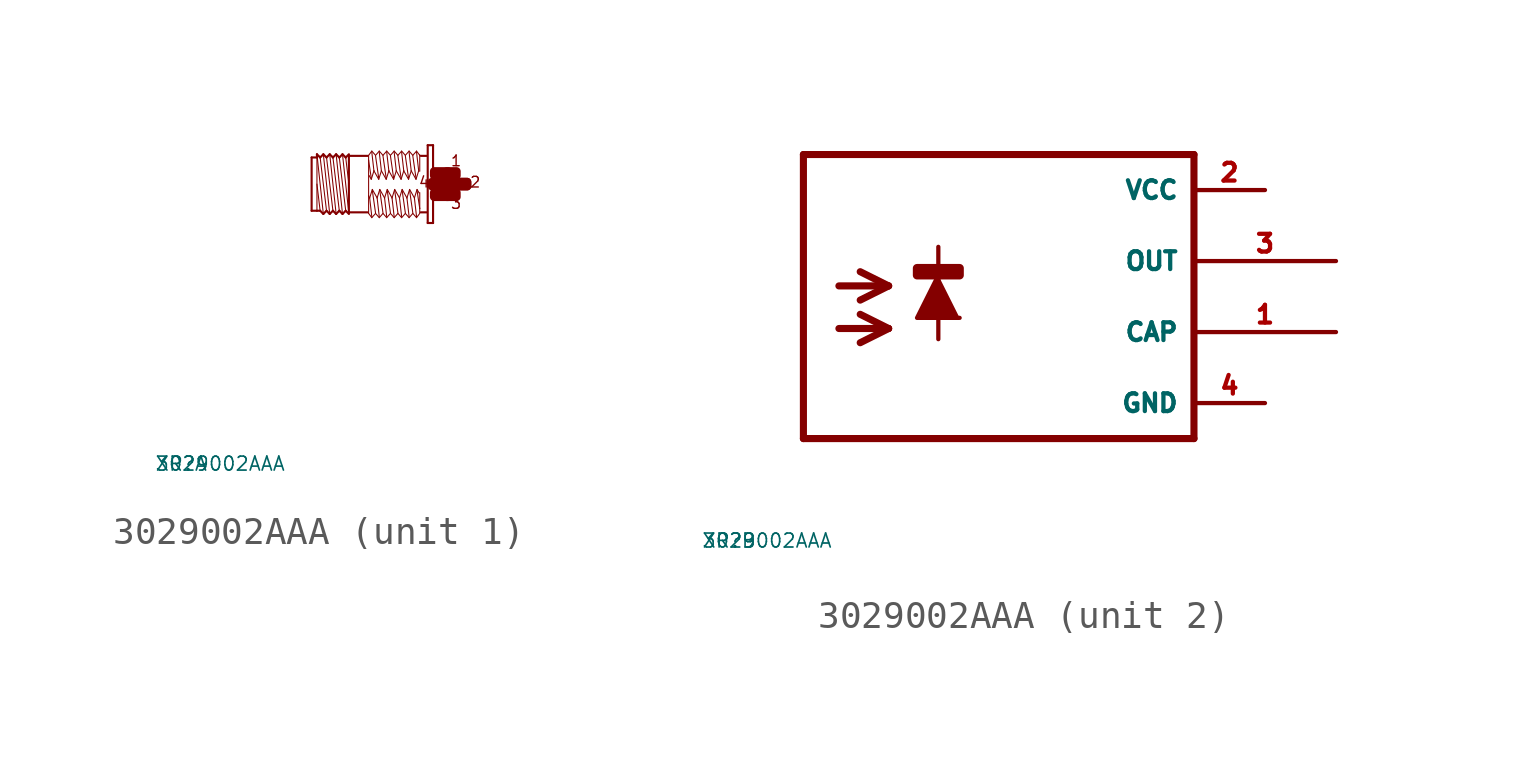
<source format=kicad_sym>
(kicad_symbol_lib
  (version 20220914)
  (generator Eagle2Kicad)
  (symbol "3029002AAA"
    (property "Reference" "XR"
      (at -10 -10 0)
      (effects (font (size 0.5 0.5) (thickness 0.06)) (justify left)))
    (property "Value" "3029002AAA"
      (at -10 -10 0)
      (effects (font (size 0.5 0.5) (thickness 0.06)) (justify left)))
    (symbol "3029002AAA_1_0"
      (polyline (pts (xy -3.048 -1.067) (xy -3.277 1.067)) (stroke (width 0.038) (type default)) (fill (type none)))
      (polyline (pts (xy -3.162 0.953) (xy -3.048 0)) (stroke (width 0.038) (type default)) (fill (type none)))
      (polyline (pts (xy -3.162 -0.953) (xy -3.391 0.953)) (stroke (width 0.038) (type default)) (fill (type none)))
      (polyline (pts (xy -3.277 -1.067) (xy -3.505 1.067)) (stroke (width 0.038) (type default)) (fill (type none)))
      (polyline (pts (xy -3.391 -0.953) (xy -3.619 0.953)) (stroke (width 0.038) (type default)) (fill (type none)))
      (polyline (pts (xy -3.505 -1.067) (xy -3.734 1.067)) (stroke (width 0.038) (type default)) (fill (type none)))
      (polyline (pts (xy -3.619 -0.953) (xy -3.848 0.953)) (stroke (width 0.038) (type default)) (fill (type none)))
      (polyline (pts (xy -3.734 -1.067) (xy -3.962 1.067)) (stroke (width 0.038) (type default)) (fill (type none)))
      (polyline (pts (xy -3.848 -0.953) (xy -4.077 0.953)) (stroke (width 0.038) (type default)) (fill (type none)))
      (polyline (pts (xy -3.962 -1.067) (xy -4.191 1.067)) (stroke (width 0.038) (type default)) (fill (type none)))
      (polyline (pts (xy -4.191 0) (xy -4.077 -0.953)) (stroke (width 0.038) (type default)) (fill (type none)))
      (polyline (pts (xy -4.191 1.029) (xy -4.191 0.953)) (stroke (width 0.038) (type default)) (fill (type none)))
      (polyline (pts (xy -4.191 0.953) (xy -4.191 -0.953)) (stroke (width 0.038) (type default)) (fill (type none)))
      (polyline (pts (xy -4.381 -0.953) (xy -4.381 0.953)) (stroke (width 0.076) (type default)) (fill (type none)))
      (polyline (pts (xy -4.381 0.953) (xy -4.191 0.953)) (stroke (width 0.076) (type default)) (fill (type none)))
      (polyline (pts (xy -4.191 0.953) (xy -4.191 1.067)) (stroke (width 0.076) (type default)) (fill (type none)))
      (polyline (pts (xy -4.191 1.067) (xy -4.077 0.953)) (stroke (width 0.076) (type default)) (fill (type none)))
      (polyline (pts (xy -4.077 0.953) (xy -3.962 1.067)) (stroke (width 0.076) (type default)) (fill (type none)))
      (polyline (pts (xy -3.962 1.067) (xy -3.848 0.953)) (stroke (width 0.076) (type default)) (fill (type none)))
      (polyline (pts (xy -3.848 0.953) (xy -3.734 1.067)) (stroke (width 0.076) (type default)) (fill (type none)))
      (polyline (pts (xy -3.734 1.067) (xy -3.619 0.953)) (stroke (width 0.076) (type default)) (fill (type none)))
      (polyline (pts (xy -3.619 0.953) (xy -3.505 1.067)) (stroke (width 0.076) (type default)) (fill (type none)))
      (polyline (pts (xy -3.277 1.067) (xy -3.162 0.953)) (stroke (width 0.076) (type default)) (fill (type none)))
      (polyline (pts (xy -3.162 0.953) (xy -3.048 1.067)) (stroke (width 0.076) (type default)) (fill (type none)))
      (polyline (pts (xy -3.048 -1.067) (xy -3.162 -0.953)) (stroke (width 0.076) (type default)) (fill (type none)))
      (polyline (pts (xy -3.162 -0.953) (xy -3.277 -1.067)) (stroke (width 0.076) (type default)) (fill (type none)))
      (polyline (pts (xy -3.277 -1.067) (xy -3.391 -0.953)) (stroke (width 0.076) (type default)) (fill (type none)))
      (polyline (pts (xy -3.391 -0.953) (xy -3.505 -1.067)) (stroke (width 0.076) (type default)) (fill (type none)))
      (polyline (pts (xy -3.505 -1.067) (xy -3.619 -0.953)) (stroke (width 0.076) (type default)) (fill (type none)))
      (polyline (pts (xy -3.619 -0.953) (xy -3.734 -1.067)) (stroke (width 0.076) (type default)) (fill (type none)))
      (polyline (pts (xy -3.734 -1.067) (xy -3.848 -0.953)) (stroke (width 0.076) (type default)) (fill (type none)))
      (polyline (pts (xy -3.848 -0.953) (xy -3.962 -1.067)) (stroke (width 0.076) (type default)) (fill (type none)))
      (polyline (pts (xy -3.962 -1.067) (xy -4.077 -0.953)) (stroke (width 0.076) (type default)) (fill (type none)))
      (polyline (pts (xy -4.077 -0.953) (xy -4.191 -0.953)) (stroke (width 0.076) (type default)) (fill (type none)))
      (polyline (pts (xy -4.191 -0.953) (xy -4.381 -0.953)) (stroke (width 0.076) (type default)) (fill (type none)))
      (polyline (pts (xy -3.048 1.029) (xy -3.048 1.01)) (stroke (width 0.076) (type default)) (fill (type none)))
      (polyline (pts (xy -3.048 1.01) (xy -3.048 -1.01)) (stroke (width 0.076) (type default)) (fill (type none)))
      (polyline (pts (xy -3.048 -1.01) (xy -3.048 -1.029)) (stroke (width 0.076) (type default)) (fill (type none)))
      (polyline (pts (xy -0.038 1.391) (xy -0.038 -1.391)) (stroke (width 0.076) (type default)) (fill (type none)))
      (polyline (pts (xy -0.038 -1.391) (xy -0.229 -1.391)) (stroke (width 0.076) (type default)) (fill (type none)))
      (polyline (pts (xy -0.229 -1.391) (xy -0.229 1.391)) (stroke (width 0.076) (type default)) (fill (type none)))
      (polyline (pts (xy -0.229 1.391) (xy -0.038 1.391)) (stroke (width 0.076) (type default)) (fill (type none)))
      (polyline (pts (xy -0.267 1.01) (xy -0.476 1.01)) (stroke (width 0.076) (type default)) (fill (type none)))
      (polyline (pts (xy -0.267 -1.01) (xy -0.476 -1.01)) (stroke (width 0.076) (type default)) (fill (type none)))
      (polyline (pts (xy -2.381 -1.01) (xy -3.048 -1.01)) (stroke (width 0.076) (type default)) (fill (type none)))
      (polyline (pts (xy -3.048 1.01) (xy -2.381 1.01)) (stroke (width 0.076) (type default)) (fill (type none)))
      (polyline (pts (xy -0.514 -1.048) (xy -0.629 -1.2)) (stroke (width 0.038) (type default)) (fill (type none)))
      (polyline (pts (xy -0.629 -1.2) (xy -0.762 -1.048)) (stroke (width 0.038) (type default)) (fill (type none)))
      (polyline (pts (xy -0.762 -1.048) (xy -0.895 -1.2)) (stroke (width 0.038) (type default)) (fill (type none)))
      (polyline (pts (xy -0.895 -1.2) (xy -1.029 -1.048)) (stroke (width 0.038) (type default)) (fill (type none)))
      (polyline (pts (xy -1.029 -1.048) (xy -1.162 -1.2)) (stroke (width 0.038) (type default)) (fill (type none)))
      (polyline (pts (xy -1.162 -1.2) (xy -1.295 -1.048)) (stroke (width 0.038) (type default)) (fill (type none)))
      (polyline (pts (xy -1.295 -1.048) (xy -1.429 -1.2)) (stroke (width 0.038) (type default)) (fill (type none)))
      (polyline (pts (xy -1.429 -1.2) (xy -1.562 -1.048)) (stroke (width 0.038) (type default)) (fill (type none)))
      (polyline (pts (xy -1.562 -1.048) (xy -1.696 -1.2)) (stroke (width 0.038) (type default)) (fill (type none)))
      (polyline (pts (xy -1.696 -1.2) (xy -1.829 -1.048)) (stroke (width 0.038) (type default)) (fill (type none)))
      (polyline (pts (xy -1.829 -1.048) (xy -1.962 -1.2)) (stroke (width 0.038) (type default)) (fill (type none)))
      (polyline (pts (xy -1.962 -1.2) (xy -2.095 -1.048)) (stroke (width 0.038) (type default)) (fill (type none)))
      (polyline (pts (xy -2.095 -1.048) (xy -2.229 -1.2)) (stroke (width 0.038) (type default)) (fill (type none)))
      (polyline (pts (xy -2.229 -1.2) (xy -2.343 -1.048)) (stroke (width 0.038) (type default)) (fill (type none)))
      (polyline (pts (xy -2.343 -1.048) (xy -2.343 -0.419)) (stroke (width 0.038) (type default)) (fill (type none)))
      (polyline (pts (xy -2.343 -0.419) (xy -2.343 0.857)) (stroke (width 0.038) (type default)) (fill (type none)))
      (polyline (pts (xy -2.343 0.857) (xy -2.343 1.029)) (stroke (width 0.038) (type default)) (fill (type none)))
      (polyline (pts (xy -0.514 1.048) (xy -0.514 1.029)) (stroke (width 0.038) (type default)) (fill (type none)))
      (polyline (pts (xy -0.514 1.029) (xy -0.514 0.457)) (stroke (width 0.038) (type default)) (fill (type none)))
      (polyline (pts (xy -0.514 -0.305) (xy -0.514 -0.876)) (stroke (width 0.038) (type default)) (fill (type none)))
      (polyline (pts (xy -0.514 -0.876) (xy -0.514 -1.029)) (stroke (width 0.038) (type default)) (fill (type none)))
      (polyline (pts (xy -0.533 -0.324) (xy -0.61 -0.191)) (stroke (width 0.038) (type default)) (fill (type none)))
      (polyline (pts (xy -0.61 -0.191) (xy -0.705 -0.495)) (stroke (width 0.038) (type default)) (fill (type none)))
      (polyline (pts (xy -0.705 -0.495) (xy -0.876 -0.191)) (stroke (width 0.038) (type default)) (fill (type none)))
      (polyline (pts (xy -0.876 -0.191) (xy -0.972 -0.495)) (stroke (width 0.038) (type default)) (fill (type none)))
      (polyline (pts (xy -0.972 -0.495) (xy -1.143 -0.191)) (stroke (width 0.038) (type default)) (fill (type none)))
      (polyline (pts (xy -1.143 -0.191) (xy -1.238 -0.495)) (stroke (width 0.038) (type default)) (fill (type none)))
      (polyline (pts (xy -1.238 -0.495) (xy -1.41 -0.191)) (stroke (width 0.038) (type default)) (fill (type none)))
      (polyline (pts (xy -1.41 -0.191) (xy -1.505 -0.495)) (stroke (width 0.038) (type default)) (fill (type none)))
      (polyline (pts (xy -1.505 -0.495) (xy -1.676 -0.191)) (stroke (width 0.038) (type default)) (fill (type none)))
      (polyline (pts (xy -1.676 -0.191) (xy -1.772 -0.495)) (stroke (width 0.038) (type default)) (fill (type none)))
      (polyline (pts (xy -1.772 -0.495) (xy -1.943 -0.191)) (stroke (width 0.038) (type default)) (fill (type none)))
      (polyline (pts (xy -1.943 -0.191) (xy -2.038 -0.495)) (stroke (width 0.038) (type default)) (fill (type none)))
      (polyline (pts (xy -2.038 -0.495) (xy -2.21 -0.191)) (stroke (width 0.038) (type default)) (fill (type none)))
      (polyline (pts (xy -2.21 -0.191) (xy -2.305 -0.495)) (stroke (width 0.038) (type default)) (fill (type none)))
      (polyline (pts (xy -2.305 -0.495) (xy -2.343 -0.419)) (stroke (width 0.038) (type default)) (fill (type none)))
      (polyline (pts (xy -2.229 -1.162) (xy -2.305 -0.495)) (stroke (width 0.038) (type default)) (fill (type none)))
      (polyline (pts (xy -2.095 -1.029) (xy -2.21 -0.229)) (stroke (width 0.038) (type default)) (fill (type none)))
      (polyline (pts (xy -1.962 -1.162) (xy -2.038 -0.495)) (stroke (width 0.038) (type default)) (fill (type none)))
      (polyline (pts (xy -1.829 -1.029) (xy -1.943 -0.229)) (stroke (width 0.038) (type default)) (fill (type none)))
      (polyline (pts (xy -1.562 -1.029) (xy -1.676 -0.229)) (stroke (width 0.038) (type default)) (fill (type none)))
      (polyline (pts (xy -1.429 -1.162) (xy -1.505 -0.495)) (stroke (width 0.038) (type default)) (fill (type none)))
      (polyline (pts (xy -1.295 -1.029) (xy -1.41 -0.229)) (stroke (width 0.038) (type default)) (fill (type none)))
      (polyline (pts (xy -1.162 -1.162) (xy -1.238 -0.495)) (stroke (width 0.038) (type default)) (fill (type none)))
      (polyline (pts (xy -1.029 -1.029) (xy -1.143 -0.229)) (stroke (width 0.038) (type default)) (fill (type none)))
      (polyline (pts (xy -0.895 -1.162) (xy -0.972 -0.495)) (stroke (width 0.038) (type default)) (fill (type none)))
      (polyline (pts (xy -0.762 -1.029) (xy -0.876 -0.229)) (stroke (width 0.038) (type default)) (fill (type none)))
      (polyline (pts (xy -0.629 -1.162) (xy -0.705 -0.495)) (stroke (width 0.038) (type default)) (fill (type none)))
      (polyline (pts (xy -0.514 -0.876) (xy -0.61 -0.229)) (stroke (width 0.038) (type default)) (fill (type none)))
      (polyline (pts (xy -2.343 1.029) (xy -2.229 1.181)) (stroke (width 0.038) (type default)) (fill (type none)))
      (polyline (pts (xy -2.229 1.181) (xy -2.095 1.029)) (stroke (width 0.038) (type default)) (fill (type none)))
      (polyline (pts (xy -2.095 1.029) (xy -1.962 1.181)) (stroke (width 0.038) (type default)) (fill (type none)))
      (polyline (pts (xy -1.962 1.181) (xy -1.829 1.029)) (stroke (width 0.038) (type default)) (fill (type none)))
      (polyline (pts (xy -1.829 1.029) (xy -1.696 1.181)) (stroke (width 0.038) (type default)) (fill (type none)))
      (polyline (pts (xy -1.696 1.181) (xy -1.562 1.029)) (stroke (width 0.038) (type default)) (fill (type none)))
      (polyline (pts (xy -1.562 1.029) (xy -1.429 1.181)) (stroke (width 0.038) (type default)) (fill (type none)))
      (polyline (pts (xy -1.429 1.181) (xy -1.295 1.029)) (stroke (width 0.038) (type default)) (fill (type none)))
      (polyline (pts (xy -1.295 1.029) (xy -1.162 1.181)) (stroke (width 0.038) (type default)) (fill (type none)))
      (polyline (pts (xy -1.162 1.181) (xy -1.029 1.029)) (stroke (width 0.038) (type default)) (fill (type none)))
      (polyline (pts (xy -1.029 1.029) (xy -0.895 1.181)) (stroke (width 0.038) (type default)) (fill (type none)))
      (polyline (pts (xy -0.895 1.181) (xy -0.762 1.029)) (stroke (width 0.038) (type default)) (fill (type none)))
      (polyline (pts (xy -0.762 1.029) (xy -0.629 1.181)) (stroke (width 0.038) (type default)) (fill (type none)))
      (polyline (pts (xy -0.629 1.181) (xy -0.514 1.029)) (stroke (width 0.038) (type default)) (fill (type none)))
      (polyline (pts (xy -2.324 0.305) (xy -2.248 0.172)) (stroke (width 0.038) (type default)) (fill (type none)))
      (polyline (pts (xy -2.248 0.172) (xy -2.153 0.476)) (stroke (width 0.038) (type default)) (fill (type none)))
      (polyline (pts (xy -2.153 0.476) (xy -1.981 0.172)) (stroke (width 0.038) (type default)) (fill (type none)))
      (polyline (pts (xy -1.981 0.172) (xy -1.886 0.476)) (stroke (width 0.038) (type default)) (fill (type none)))
      (polyline (pts (xy -1.886 0.476) (xy -1.714 0.172)) (stroke (width 0.038) (type default)) (fill (type none)))
      (polyline (pts (xy -1.714 0.172) (xy -1.619 0.476)) (stroke (width 0.038) (type default)) (fill (type none)))
      (polyline (pts (xy -1.619 0.476) (xy -1.448 0.172)) (stroke (width 0.038) (type default)) (fill (type none)))
      (polyline (pts (xy -1.448 0.172) (xy -1.353 0.476)) (stroke (width 0.038) (type default)) (fill (type none)))
      (polyline (pts (xy -1.353 0.476) (xy -1.181 0.172)) (stroke (width 0.038) (type default)) (fill (type none)))
      (polyline (pts (xy -1.181 0.172) (xy -1.086 0.476)) (stroke (width 0.038) (type default)) (fill (type none)))
      (polyline (pts (xy -1.086 0.476) (xy -0.914 0.172)) (stroke (width 0.038) (type default)) (fill (type none)))
      (polyline (pts (xy -0.914 0.172) (xy -0.819 0.476)) (stroke (width 0.038) (type default)) (fill (type none)))
      (polyline (pts (xy -0.819 0.476) (xy -0.648 0.172)) (stroke (width 0.038) (type default)) (fill (type none)))
      (polyline (pts (xy -0.648 0.172) (xy -0.552 0.476)) (stroke (width 0.038) (type default)) (fill (type none)))
      (polyline (pts (xy -0.629 1.143) (xy -0.552 0.476)) (stroke (width 0.038) (type default)) (fill (type none)))
      (polyline (pts (xy -0.762 1.01) (xy -0.648 0.21)) (stroke (width 0.038) (type default)) (fill (type none)))
      (polyline (pts (xy -0.895 1.143) (xy -0.819 0.476)) (stroke (width 0.038) (type default)) (fill (type none)))
      (polyline (pts (xy -1.029 1.01) (xy -0.914 0.21)) (stroke (width 0.038) (type default)) (fill (type none)))
      (polyline (pts (xy -1.162 1.143) (xy -1.086 0.476)) (stroke (width 0.038) (type default)) (fill (type none)))
      (polyline (pts (xy -1.295 1.01) (xy -1.181 0.21)) (stroke (width 0.038) (type default)) (fill (type none)))
      (polyline (pts (xy -1.429 1.143) (xy -1.353 0.476)) (stroke (width 0.038) (type default)) (fill (type none)))
      (polyline (pts (xy -1.562 1.01) (xy -1.448 0.21)) (stroke (width 0.038) (type default)) (fill (type none)))
      (polyline (pts (xy -1.696 1.143) (xy -1.619 0.476)) (stroke (width 0.038) (type default)) (fill (type none)))
      (polyline (pts (xy -1.829 1.01) (xy -1.714 0.21)) (stroke (width 0.038) (type default)) (fill (type none)))
      (polyline (pts (xy -1.962 1.143) (xy -1.886 0.476)) (stroke (width 0.038) (type default)) (fill (type none)))
      (polyline (pts (xy -2.095 1.01) (xy -1.981 0.21)) (stroke (width 0.038) (type default)) (fill (type none)))
      (polyline (pts (xy -2.229 1.143) (xy -2.153 0.476)) (stroke (width 0.038) (type default)) (fill (type none)))
      (polyline (pts (xy -2.343 0.857) (xy -2.248 0.21)) (stroke (width 0.038) (type default)) (fill (type none)))
      (polyline (pts (xy -1.696 -1.162) (xy -1.772 -0.495)) (stroke (width 0.038) (type default)) (fill (type none)))
      (polyline (pts (xy -3.277 1.067) (xy -3.391 0.953)) (stroke (width 0.076) (type default)) (fill (type none)))
      (polyline (pts (xy -3.391 0.953) (xy -3.505 1.067)) (stroke (width 0.076) (type default)) (fill (type none)))
      (text "1" (at 0.572 0.61 0) (effects (font (size 0.381 0.381) (thickness 0.05)) (justify left bottom)))
      (text "3" (at 0.572 -0.914 0) (effects (font (size 0.381 0.381) (thickness 0.05)) (justify left bottom)))
      (text "2" (at 1.257 -0.152 0) (effects (font (size 0.381 0.381) (thickness 0.05)) (justify left bottom)))
      (text "4" (at -0.572 -0.152 0) (effects (font (size 0.381 0.381) (thickness 0.05)) (justify left bottom)))
      (rectangle (start 0 -0.457) (end 0.495 -0.305) (stroke (width 0.3) (type default)) (fill (type outline)))
      (rectangle (start 0.457 -0.457) (end 0.8 -0.305) (stroke (width 0.3) (type default)) (fill (type outline)))
      (rectangle (start 0.838 -0.076) (end 1.181 0.076) (stroke (width 0.3) (type default)) (fill (type outline)))
      (rectangle (start 0.457 0.305) (end 0.8 0.457) (stroke (width 0.3) (type default)) (fill (type outline)))
      (rectangle (start 0 0.305) (end 0.495 0.457) (stroke (width 0.3) (type default)) (fill (type outline)))
      (rectangle (start 0.419 -0.076) (end 0.762 0.076) (stroke (width 0.3) (type default)) (fill (type outline)))
      (rectangle (start 0.076 -0.076) (end 0.419 0.076) (stroke (width 0.3) (type default)) (fill (type outline)))
      (rectangle (start -0.076 -0.076) (end 0.152 0.076) (stroke (width 0.3) (type default)) (fill (type outline)))
      (rectangle (start 0.762 -0.076) (end 0.838 0.076) (stroke (width 0.3) (type default)) (fill (type outline)))
      (rectangle (start 0.838 -0.076) (end 1.181 0.076) (stroke (width 0.3) (type default)) (fill (type outline))))
    (symbol "3029002AAA_2_0"
      (polyline (pts (xy -1.524 -0.508) (xy -2.286 -2.032) (xy -0.762 -2.032)) (stroke (width 0.152) (type default)) (fill (type outline)))
      (polyline (pts (xy -5.08 -0.889) (xy -3.302 -0.889)) (stroke (width 0.254) (type default)) (fill (type none)))
      (polyline (pts (xy -3.302 -0.889) (xy -4.318 -1.397)) (stroke (width 0.254) (type default)) (fill (type none)))
      (polyline (pts (xy -3.302 -0.889) (xy -4.318 -0.381)) (stroke (width 0.254) (type default)) (fill (type none)))
      (polyline (pts (xy -5.08 -2.413) (xy -3.302 -2.413)) (stroke (width 0.254) (type default)) (fill (type none)))
      (polyline (pts (xy -3.302 -2.413) (xy -4.318 -2.921)) (stroke (width 0.254) (type default)) (fill (type none)))
      (polyline (pts (xy -3.302 -2.413) (xy -4.318 -1.905)) (stroke (width 0.254) (type default)) (fill (type none)))
      (polyline (pts (xy -1.524 0.508) (xy -1.524 -2.794)) (stroke (width 0.152) (type default)) (fill (type none)))
      (polyline (pts (xy 7.62 3.81) (xy -6.35 3.81)) (stroke (width 0.254) (type default)) (fill (type none)))
      (polyline (pts (xy -6.35 3.81) (xy -6.35 -6.35)) (stroke (width 0.254) (type default)) (fill (type none)))
      (polyline (pts (xy -6.35 -6.35) (xy 7.62 -6.35)) (stroke (width 0.254) (type default)) (fill (type none)))
      (polyline (pts (xy 7.62 -6.35) (xy 7.62 3.81)) (stroke (width 0.254) (type default)) (fill (type none)))
      (rectangle (start -2.286 -0.508) (end -0.762 -0.254) (stroke (width 0.3) (type default)) (fill (type outline)))
      (pin unspecified line (at 10.16 2.54 180) (length 2.54) (name "VCC" (effects (font (size 0.635 0.635) (thickness 0.08)) (justify left bottom))) (number "2" (effects (font (size 0.635 0.635) (thickness 0.08)) (justify left bottom))))
      (pin unspecified line (at 10.16 -5.08 180) (length 2.54) (name "GND" (effects (font (size 0.635 0.635) (thickness 0.08)) (justify left bottom))) (number "4" (effects (font (size 0.635 0.635) (thickness 0.08)) (justify left bottom))))
      (pin output line (at 12.7 0 180) (length 5.08) (name "OUT" (effects (font (size 0.635 0.635) (thickness 0.08)) (justify left bottom))) (number "3" (effects (font (size 0.635 0.635) (thickness 0.08)) (justify left bottom))))
      (pin output line (at 12.7 -2.54 180) (length 5.08) (name "CAP" (effects (font (size 0.635 0.635) (thickness 0.08)) (justify left bottom))) (number "1" (effects (font (size 0.635 0.635) (thickness 0.08)) (justify left bottom)))))))
</source>
